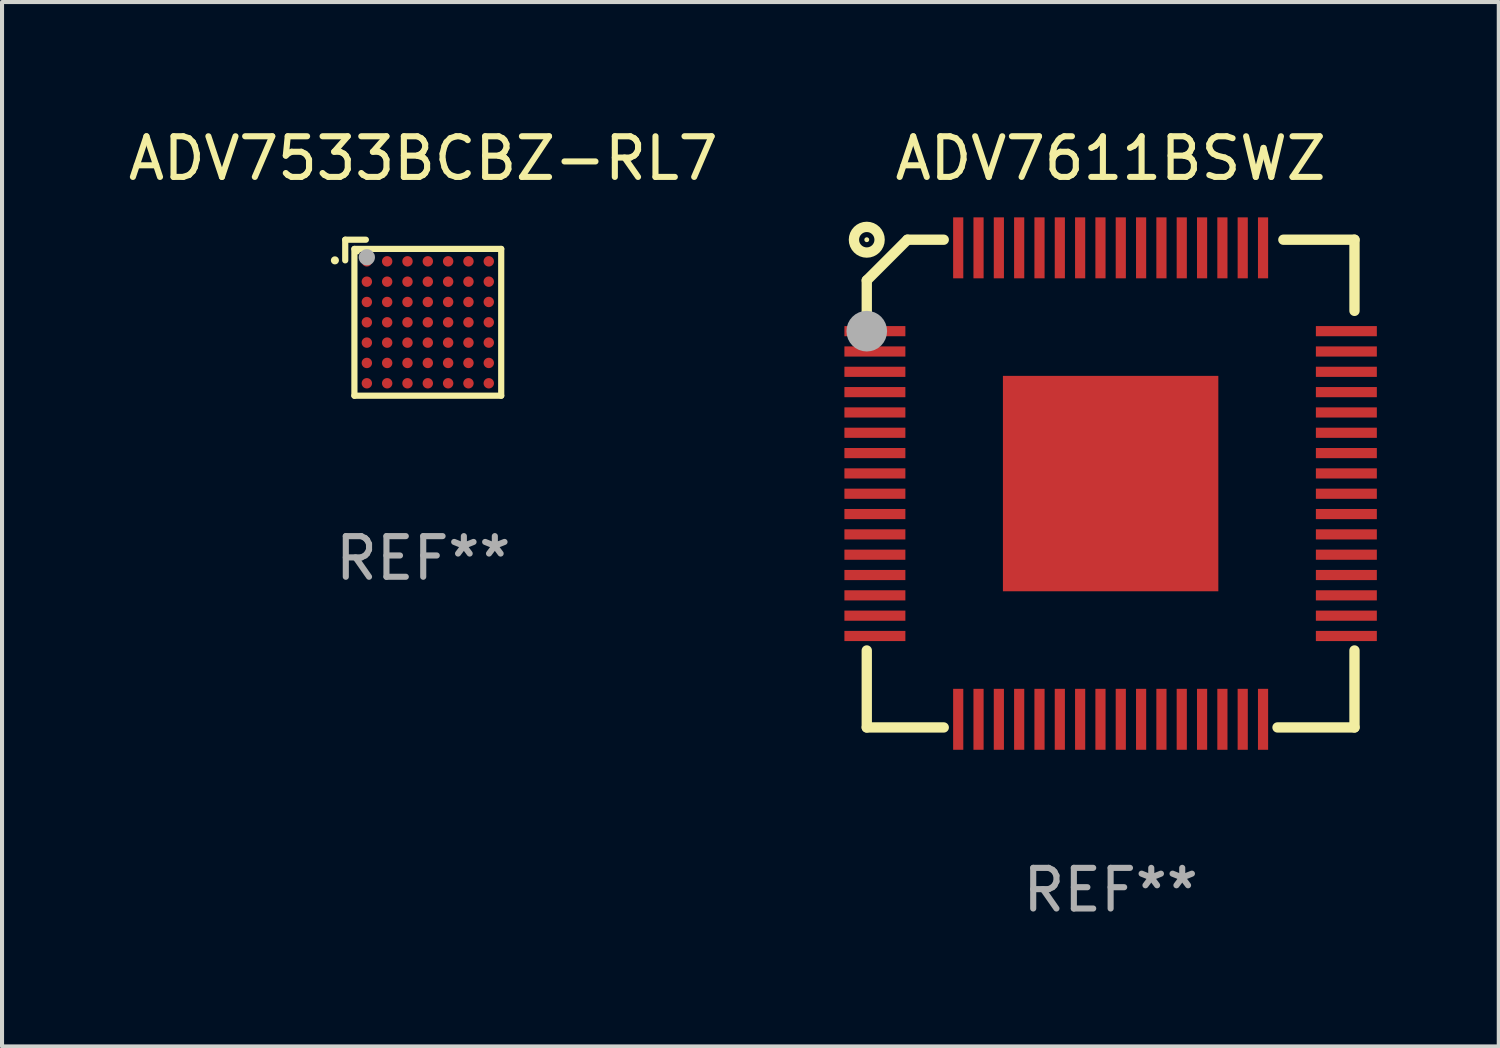
<source format=kicad_pcb>
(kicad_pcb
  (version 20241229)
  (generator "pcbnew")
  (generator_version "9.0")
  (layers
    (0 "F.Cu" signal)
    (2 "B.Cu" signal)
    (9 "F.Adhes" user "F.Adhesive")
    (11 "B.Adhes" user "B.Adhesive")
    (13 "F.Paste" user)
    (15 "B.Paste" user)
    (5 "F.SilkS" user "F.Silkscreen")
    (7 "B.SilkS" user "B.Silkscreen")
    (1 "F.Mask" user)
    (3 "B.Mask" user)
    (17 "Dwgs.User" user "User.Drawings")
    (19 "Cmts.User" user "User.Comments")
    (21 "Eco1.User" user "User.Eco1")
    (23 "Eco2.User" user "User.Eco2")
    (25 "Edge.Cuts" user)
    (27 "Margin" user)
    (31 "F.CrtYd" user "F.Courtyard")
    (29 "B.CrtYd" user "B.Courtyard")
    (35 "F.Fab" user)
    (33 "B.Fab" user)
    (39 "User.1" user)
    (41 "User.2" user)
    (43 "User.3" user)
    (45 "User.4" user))
  (footprint "ADV7611BSWZ"
    (layer "F.Cu")
    (at 24.276 8.848)
    (property "Reference" "ADV7611BSWZ" (at 0 -8 0) (layer "F.SilkS") (effects (font (size 1 1) (thickness 0.15))))
    (attr through_hole)
    (fp_line (start -6 -5) (end -5 -6) (stroke (width 0.254) (type solid)) (layer "F.SilkS"))
    (fp_line (start -6 -4.106) (end -6 -5) (stroke (width 0.254) (type solid)) (layer "F.SilkS"))
    (fp_line (start -6 6) (end -6 4.106) (stroke (width 0.254) (type solid)) (layer "F.SilkS"))
    (fp_line (start -5 -6) (end -4.106 -6) (stroke (width 0.254) (type solid)) (layer "F.SilkS"))
    (fp_line (start -4.106 6) (end -6 6) (stroke (width 0.254) (type solid)) (layer "F.SilkS"))
    (fp_line (start 6 -6) (end 4.25 -6) (stroke (width 0.254) (type solid)) (layer "F.SilkS"))
    (fp_line (start 6 -4.25) (end 6 -6) (stroke (width 0.254) (type solid)) (layer "F.SilkS"))
    (fp_line (start 6 4.106) (end 6 6) (stroke (width 0.254) (type solid)) (layer "F.SilkS"))
    (fp_line (start 6 6) (end 4.106 6) (stroke (width 0.254) (type solid)) (layer "F.SilkS"))
    (fp_circle (center -6 -6) (end -5.97 -6) (stroke (width 0.06) (type solid)) (fill no) (layer "F.SilkS"))
    (fp_circle (center -6 -6) (end -5.684 -6) (stroke (width 0.254) (type solid)) (fill no) (layer "F.SilkS"))
    (fp_circle (center -6 -3.75) (end -5.75 -3.75) (stroke (width 0.5) (type solid)) (fill no) (layer "F.Fab"))
    (fp_text user "REF**" (at 0 10 0) (layer "F.Fab") (effects (font (size 1 1) (thickness 0.15))))
    (pad "1" smd rect (at -5.8 -3.75) (size 1.5 0.25) (layers "F.Cu" "F.Mask" "F.Paste"))
    (pad "2" smd rect (at -5.8 -3.25) (size 1.5 0.25) (layers "F.Cu" "F.Mask" "F.Paste"))
    (pad "3" smd rect (at -5.8 -2.75) (size 1.5 0.25) (layers "F.Cu" "F.Mask" "F.Paste"))
    (pad "4" smd rect (at -5.8 -2.25) (size 1.5 0.25) (layers "F.Cu" "F.Mask" "F.Paste"))
    (pad "5" smd rect (at -5.8 -1.75) (size 1.5 0.25) (layers "F.Cu" "F.Mask" "F.Paste"))
    (pad "6" smd rect (at -5.8 -1.25) (size 1.5 0.25) (layers "F.Cu" "F.Mask" "F.Paste"))
    (pad "7" smd rect (at -5.8 -0.75) (size 1.5 0.25) (layers "F.Cu" "F.Mask" "F.Paste"))
    (pad "8" smd rect (at -5.8 -0.25) (size 1.5 0.25) (layers "F.Cu" "F.Mask" "F.Paste"))
    (pad "9" smd rect (at -5.8 0.25) (size 1.5 0.25) (layers "F.Cu" "F.Mask" "F.Paste"))
    (pad "10" smd rect (at -5.8 0.75) (size 1.5 0.25) (layers "F.Cu" "F.Mask" "F.Paste"))
    (pad "11" smd rect (at -5.8 1.25) (size 1.5 0.25) (layers "F.Cu" "F.Mask" "F.Paste"))
    (pad "12" smd rect (at -5.8 1.75) (size 1.5 0.25) (layers "F.Cu" "F.Mask" "F.Paste"))
    (pad "13" smd rect (at -5.8 2.25) (size 1.5 0.25) (layers "F.Cu" "F.Mask" "F.Paste"))
    (pad "14" smd rect (at -5.8 2.75) (size 1.5 0.25) (layers "F.Cu" "F.Mask" "F.Paste"))
    (pad "15" smd rect (at -5.8 3.25) (size 1.5 0.25) (layers "F.Cu" "F.Mask" "F.Paste"))
    (pad "16" smd rect (at -5.8 3.75) (size 1.5 0.25) (layers "F.Cu" "F.Mask" "F.Paste"))
    (pad "17" smd rect (at -3.75 5.8) (size 0.25 1.5) (layers "F.Cu" "F.Mask" "F.Paste"))
    (pad "18" smd rect (at -3.25 5.8) (size 0.25 1.5) (layers "F.Cu" "F.Mask" "F.Paste"))
    (pad "19" smd rect (at -2.75 5.8) (size 0.25 1.5) (layers "F.Cu" "F.Mask" "F.Paste"))
    (pad "20" smd rect (at -2.25 5.8) (size 0.25 1.5) (layers "F.Cu" "F.Mask" "F.Paste"))
    (pad "21" smd rect (at -1.75 5.8) (size 0.25 1.5) (layers "F.Cu" "F.Mask" "F.Paste"))
    (pad "22" smd rect (at -1.25 5.8) (size 0.25 1.5) (layers "F.Cu" "F.Mask" "F.Paste"))
    (pad "23" smd rect (at -0.75 5.8) (size 0.25 1.5) (layers "F.Cu" "F.Mask" "F.Paste"))
    (pad "24" smd rect (at -0.25 5.8) (size 0.25 1.5) (layers "F.Cu" "F.Mask" "F.Paste"))
    (pad "25" smd rect (at 0.25 5.8) (size 0.25 1.5) (layers "F.Cu" "F.Mask" "F.Paste"))
    (pad "26" smd rect (at 0.75 5.8) (size 0.25 1.5) (layers "F.Cu" "F.Mask" "F.Paste"))
    (pad "27" smd rect (at 1.25 5.8) (size 0.25 1.5) (layers "F.Cu" "F.Mask" "F.Paste"))
    (pad "28" smd rect (at 1.75 5.8) (size 0.25 1.5) (layers "F.Cu" "F.Mask" "F.Paste"))
    (pad "29" smd rect (at 2.25 5.8) (size 0.25 1.5) (layers "F.Cu" "F.Mask" "F.Paste"))
    (pad "30" smd rect (at 2.75 5.8) (size 0.25 1.5) (layers "F.Cu" "F.Mask" "F.Paste"))
    (pad "31" smd rect (at 3.25 5.8) (size 0.25 1.5) (layers "F.Cu" "F.Mask" "F.Paste"))
    (pad "32" smd rect (at 3.75 5.8) (size 0.25 1.5) (layers "F.Cu" "F.Mask" "F.Paste"))
    (pad "33" smd rect (at 5.8 3.75) (size 1.5 0.25) (layers "F.Cu" "F.Mask" "F.Paste"))
    (pad "34" smd rect (at 5.8 3.25) (size 1.5 0.25) (layers "F.Cu" "F.Mask" "F.Paste"))
    (pad "35" smd rect (at 5.8 2.75) (size 1.5 0.25) (layers "F.Cu" "F.Mask" "F.Paste"))
    (pad "36" smd rect (at 5.8 2.25) (size 1.5 0.25) (layers "F.Cu" "F.Mask" "F.Paste"))
    (pad "37" smd rect (at 5.8 1.75) (size 1.5 0.25) (layers "F.Cu" "F.Mask" "F.Paste"))
    (pad "38" smd rect (at 5.8 1.25) (size 1.5 0.25) (layers "F.Cu" "F.Mask" "F.Paste"))
    (pad "39" smd rect (at 5.8 0.75) (size 1.5 0.25) (layers "F.Cu" "F.Mask" "F.Paste"))
    (pad "40" smd rect (at 5.8 0.25) (size 1.5 0.25) (layers "F.Cu" "F.Mask" "F.Paste"))
    (pad "41" smd rect (at 5.8 -0.25) (size 1.5 0.25) (layers "F.Cu" "F.Mask" "F.Paste"))
    (pad "42" smd rect (at 5.8 -0.75) (size 1.5 0.25) (layers "F.Cu" "F.Mask" "F.Paste"))
    (pad "43" smd rect (at 5.8 -1.25) (size 1.5 0.25) (layers "F.Cu" "F.Mask" "F.Paste"))
    (pad "44" smd rect (at 5.8 -1.75) (size 1.5 0.25) (layers "F.Cu" "F.Mask" "F.Paste"))
    (pad "45" smd rect (at 5.8 -2.25) (size 1.5 0.25) (layers "F.Cu" "F.Mask" "F.Paste"))
    (pad "46" smd rect (at 5.8 -2.75) (size 1.5 0.25) (layers "F.Cu" "F.Mask" "F.Paste"))
    (pad "47" smd rect (at 5.8 -3.25) (size 1.5 0.25) (layers "F.Cu" "F.Mask" "F.Paste"))
    (pad "48" smd rect (at 5.8 -3.75) (size 1.5 0.25) (layers "F.Cu" "F.Mask" "F.Paste"))
    (pad "49" smd rect (at 3.75 -5.8) (size 0.25 1.5) (layers "F.Cu" "F.Mask" "F.Paste"))
    (pad "50" smd rect (at 3.25 -5.8) (size 0.25 1.5) (layers "F.Cu" "F.Mask" "F.Paste"))
    (pad "51" smd rect (at 2.75 -5.8) (size 0.25 1.5) (layers "F.Cu" "F.Mask" "F.Paste"))
    (pad "52" smd rect (at 2.25 -5.8) (size 0.25 1.5) (layers "F.Cu" "F.Mask" "F.Paste"))
    (pad "53" smd rect (at 1.75 -5.8) (size 0.25 1.5) (layers "F.Cu" "F.Mask" "F.Paste"))
    (pad "54" smd rect (at 1.25 -5.8) (size 0.25 1.5) (layers "F.Cu" "F.Mask" "F.Paste"))
    (pad "55" smd rect (at 0.75 -5.8) (size 0.25 1.5) (layers "F.Cu" "F.Mask" "F.Paste"))
    (pad "56" smd rect (at 0.25 -5.8) (size 0.25 1.5) (layers "F.Cu" "F.Mask" "F.Paste"))
    (pad "57" smd rect (at -0.25 -5.8) (size 0.25 1.5) (layers "F.Cu" "F.Mask" "F.Paste"))
    (pad "58" smd rect (at -0.75 -5.8) (size 0.25 1.5) (layers "F.Cu" "F.Mask" "F.Paste"))
    (pad "59" smd rect (at -1.25 -5.8) (size 0.25 1.5) (layers "F.Cu" "F.Mask" "F.Paste"))
    (pad "60" smd rect (at -1.75 -5.8) (size 0.25 1.5) (layers "F.Cu" "F.Mask" "F.Paste"))
    (pad "61" smd rect (at -2.25 -5.8) (size 0.25 1.5) (layers "F.Cu" "F.Mask" "F.Paste"))
    (pad "62" smd rect (at -2.75 -5.8) (size 0.25 1.5) (layers "F.Cu" "F.Mask" "F.Paste"))
    (pad "63" smd rect (at -3.25 -5.8) (size 0.25 1.5) (layers "F.Cu" "F.Mask" "F.Paste"))
    (pad "64" smd rect (at -3.75 -5.8) (size 0.25 1.5) (layers "F.Cu" "F.Mask" "F.Paste"))
    (pad "65" smd rect (at 0 0) (size 5.3 5.3) (layers "F.Cu" "F.Mask" "F.Paste")))
  (footprint "ADV7533BCBZ-RL7"
    (layer "F.Cu")
    (at 7.363 4.767)
    (property "Reference" "ADV7533BCBZ-RL7" (at 0 -3.919 0) (layer "F.SilkS") (effects (font (size 1 1) (thickness 0.15))))
    (attr through_hole)
    (fp_line (start -1.919 -1.919) (end -1.919 -1.411) (stroke (width 0.152) (type solid)) (layer "F.SilkS"))
    (fp_line (start -1.693 -1.693) (end 1.919 -1.693) (stroke (width 0.152) (type solid)) (layer "F.SilkS"))
    (fp_line (start -1.693 1.919) (end -1.693 -1.693) (stroke (width 0.152) (type solid)) (layer "F.SilkS"))
    (fp_line (start -1.411 -1.919) (end -1.919 -1.919) (stroke (width 0.152) (type solid)) (layer "F.SilkS"))
    (fp_line (start 1.919 -1.693) (end 1.919 1.919) (stroke (width 0.152) (type solid)) (layer "F.SilkS"))
    (fp_line (start 1.919 1.919) (end -1.693 1.919) (stroke (width 0.152) (type solid)) (layer "F.SilkS"))
    (fp_circle (center -2.173 -1.411) (end -2.123 -1.411) (stroke (width 0.1) (type solid)) (fill no) (layer "F.SilkS"))
    (fp_circle (center -1.617 -1.617) (end -1.587 -1.617) (stroke (width 0.06) (type solid)) (fill no) (layer "F.SilkS"))
    (fp_circle (center -1.387 -1.487) (end -1.287 -1.487) (stroke (width 0.2) (type solid)) (fill no) (layer "F.Fab"))
    (fp_text user "REF**" (at 0 5.919 0) (layer "F.Fab") (effects (font (size 1 1) (thickness 0.15))))
    (pad "A1" smd circle (at -1.387 -1.387) (size 0.256 0.256) (layers "F.Cu" "F.Mask" "F.Paste"))
    (pad "A2" smd circle (at -0.887 -1.387) (size 0.256 0.256) (layers "F.Cu" "F.Mask" "F.Paste"))
    (pad "A3" smd circle (at -0.387 -1.387) (size 0.256 0.256) (layers "F.Cu" "F.Mask" "F.Paste"))
    (pad "A4" smd circle (at 0.113 -1.387) (size 0.256 0.256) (layers "F.Cu" "F.Mask" "F.Paste"))
    (pad "A5" smd circle (at 0.613 -1.387) (size 0.256 0.256) (layers "F.Cu" "F.Mask" "F.Paste"))
    (pad "A6" smd circle (at 1.113 -1.387) (size 0.256 0.256) (layers "F.Cu" "F.Mask" "F.Paste"))
    (pad "A7" smd circle (at 1.613 -1.387) (size 0.256 0.256) (layers "F.Cu" "F.Mask" "F.Paste"))
    (pad "B1" smd circle (at -1.387 -0.887) (size 0.256 0.256) (layers "F.Cu" "F.Mask" "F.Paste"))
    (pad "B2" smd circle (at -0.887 -0.887) (size 0.256 0.256) (layers "F.Cu" "F.Mask" "F.Paste"))
    (pad "B3" smd circle (at -0.387 -0.887) (size 0.256 0.256) (layers "F.Cu" "F.Mask" "F.Paste"))
    (pad "B4" smd circle (at 0.113 -0.887) (size 0.256 0.256) (layers "F.Cu" "F.Mask" "F.Paste"))
    (pad "B5" smd circle (at 0.613 -0.887) (size 0.256 0.256) (layers "F.Cu" "F.Mask" "F.Paste"))
    (pad "B6" smd circle (at 1.113 -0.887) (size 0.256 0.256) (layers "F.Cu" "F.Mask" "F.Paste"))
    (pad "B7" smd circle (at 1.613 -0.887) (size 0.256 0.256) (layers "F.Cu" "F.Mask" "F.Paste"))
    (pad "C1" smd circle (at -1.387 -0.387) (size 0.256 0.256) (layers "F.Cu" "F.Mask" "F.Paste"))
    (pad "C2" smd circle (at -0.887 -0.387) (size 0.256 0.256) (layers "F.Cu" "F.Mask" "F.Paste"))
    (pad "C3" smd circle (at -0.387 -0.387) (size 0.256 0.256) (layers "F.Cu" "F.Mask" "F.Paste"))
    (pad "C4" smd circle (at 0.113 -0.387) (size 0.256 0.256) (layers "F.Cu" "F.Mask" "F.Paste"))
    (pad "C5" smd circle (at 0.613 -0.387) (size 0.256 0.256) (layers "F.Cu" "F.Mask" "F.Paste"))
    (pad "C6" smd circle (at 1.113 -0.387) (size 0.256 0.256) (layers "F.Cu" "F.Mask" "F.Paste"))
    (pad "C7" smd circle (at 1.613 -0.387) (size 0.256 0.256) (layers "F.Cu" "F.Mask" "F.Paste"))
    (pad "D1" smd circle (at -1.387 0.113) (size 0.256 0.256) (layers "F.Cu" "F.Mask" "F.Paste"))
    (pad "D2" smd circle (at -0.887 0.113) (size 0.256 0.256) (layers "F.Cu" "F.Mask" "F.Paste"))
    (pad "D3" smd circle (at -0.387 0.113) (size 0.256 0.256) (layers "F.Cu" "F.Mask" "F.Paste"))
    (pad "D4" smd circle (at 0.113 0.113) (size 0.256 0.256) (layers "F.Cu" "F.Mask" "F.Paste"))
    (pad "D5" smd circle (at 0.613 0.113) (size 0.256 0.256) (layers "F.Cu" "F.Mask" "F.Paste"))
    (pad "D6" smd circle (at 1.113 0.113) (size 0.256 0.256) (layers "F.Cu" "F.Mask" "F.Paste"))
    (pad "D7" smd circle (at 1.613 0.113) (size 0.256 0.256) (layers "F.Cu" "F.Mask" "F.Paste"))
    (pad "E1" smd circle (at -1.387 0.613) (size 0.256 0.256) (layers "F.Cu" "F.Mask" "F.Paste"))
    (pad "E2" smd circle (at -0.887 0.613) (size 0.256 0.256) (layers "F.Cu" "F.Mask" "F.Paste"))
    (pad "E3" smd circle (at -0.387 0.613) (size 0.256 0.256) (layers "F.Cu" "F.Mask" "F.Paste"))
    (pad "E4" smd circle (at 0.113 0.613) (size 0.256 0.256) (layers "F.Cu" "F.Mask" "F.Paste"))
    (pad "E5" smd circle (at 0.613 0.613) (size 0.256 0.256) (layers "F.Cu" "F.Mask" "F.Paste"))
    (pad "E6" smd circle (at 1.113 0.613) (size 0.256 0.256) (layers "F.Cu" "F.Mask" "F.Paste"))
    (pad "E7" smd circle (at 1.613 0.613) (size 0.256 0.256) (layers "F.Cu" "F.Mask" "F.Paste"))
    (pad "F1" smd circle (at -1.387 1.113) (size 0.256 0.256) (layers "F.Cu" "F.Mask" "F.Paste"))
    (pad "F2" smd circle (at -0.887 1.113) (size 0.256 0.256) (layers "F.Cu" "F.Mask" "F.Paste"))
    (pad "F3" smd circle (at -0.387 1.113) (size 0.256 0.256) (layers "F.Cu" "F.Mask" "F.Paste"))
    (pad "F4" smd circle (at 0.113 1.113) (size 0.256 0.256) (layers "F.Cu" "F.Mask" "F.Paste"))
    (pad "F5" smd circle (at 0.613 1.113) (size 0.256 0.256) (layers "F.Cu" "F.Mask" "F.Paste"))
    (pad "F6" smd circle (at 1.113 1.113) (size 0.256 0.256) (layers "F.Cu" "F.Mask" "F.Paste"))
    (pad "F7" smd circle (at 1.613 1.113) (size 0.256 0.256) (layers "F.Cu" "F.Mask" "F.Paste"))
    (pad "G1" smd circle (at -1.387 1.613) (size 0.256 0.256) (layers "F.Cu" "F.Mask" "F.Paste"))
    (pad "G2" smd circle (at -0.887 1.613) (size 0.256 0.256) (layers "F.Cu" "F.Mask" "F.Paste"))
    (pad "G3" smd circle (at -0.387 1.613) (size 0.256 0.256) (layers "F.Cu" "F.Mask" "F.Paste"))
    (pad "G4" smd circle (at 0.113 1.613) (size 0.256 0.256) (layers "F.Cu" "F.Mask" "F.Paste"))
    (pad "G5" smd circle (at 0.613 1.613) (size 0.256 0.256) (layers "F.Cu" "F.Mask" "F.Paste"))
    (pad "G6" smd circle (at 1.113 1.613) (size 0.256 0.256) (layers "F.Cu" "F.Mask" "F.Paste"))
    (pad "G7" smd circle (at 1.613 1.613) (size 0.256 0.256) (layers "F.Cu" "F.Mask" "F.Paste")))
  (gr_rect
    (start -3 -3)
    (end 33.826 22.697)
    (stroke (width 0.1) (type default))
    (fill no)
    (layer "Edge.Cuts")))
</source>
